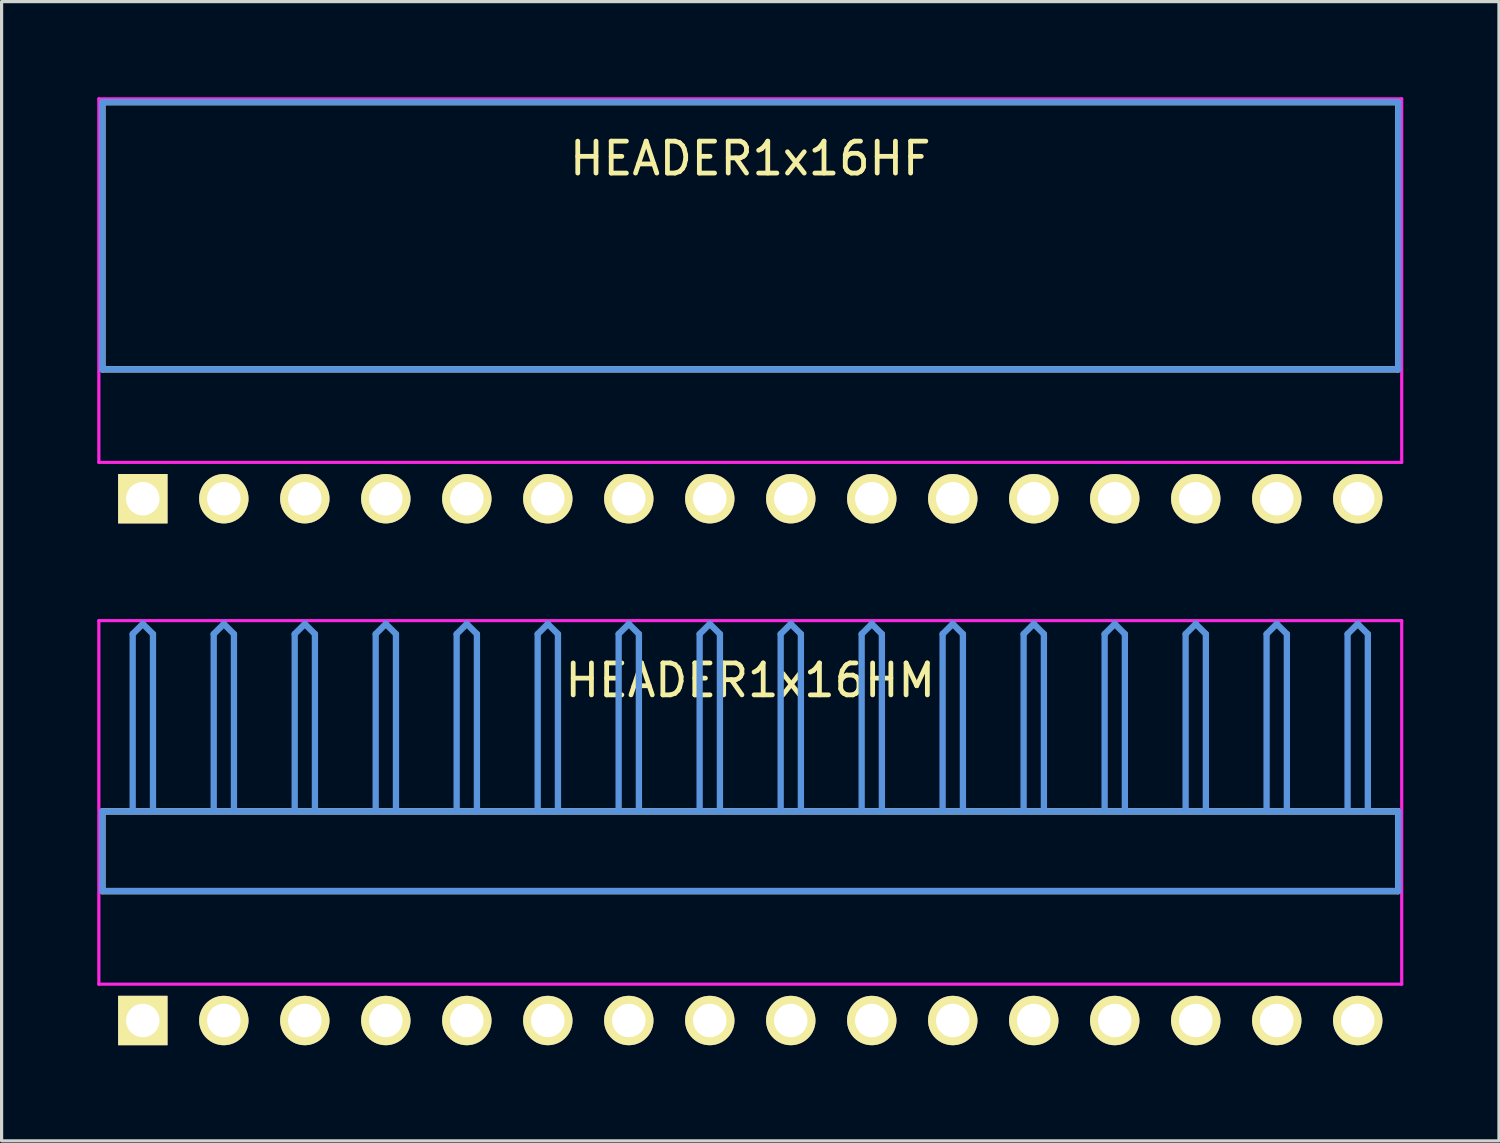
<source format=kicad_pcb>
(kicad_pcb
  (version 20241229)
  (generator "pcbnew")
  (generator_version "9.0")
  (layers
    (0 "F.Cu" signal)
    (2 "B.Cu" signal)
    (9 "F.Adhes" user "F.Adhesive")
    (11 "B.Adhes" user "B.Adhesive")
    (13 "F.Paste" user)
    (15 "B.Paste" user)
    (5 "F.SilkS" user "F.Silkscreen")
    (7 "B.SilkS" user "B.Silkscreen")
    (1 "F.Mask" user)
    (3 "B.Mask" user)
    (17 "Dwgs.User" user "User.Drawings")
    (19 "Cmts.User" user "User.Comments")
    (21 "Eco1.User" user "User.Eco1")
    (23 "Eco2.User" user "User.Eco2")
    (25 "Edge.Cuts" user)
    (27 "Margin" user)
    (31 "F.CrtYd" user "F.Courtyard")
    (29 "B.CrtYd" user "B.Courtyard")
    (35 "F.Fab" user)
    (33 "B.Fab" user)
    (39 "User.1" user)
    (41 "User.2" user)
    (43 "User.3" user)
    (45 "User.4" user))
  (footprint "HEADER1x16HM"
    (layer "F.Cu")
    (at 1.429 28.954)
    (property "Reference" "HEADER1x16HM" (at 19.05 -10.668 0) (layer "F.SilkS") (effects (font (size 1.001 1.001) (thickness 0.15))))
    (attr through_hole)
    (fp_line (start -1.27 -6.558) (end -1.27 -4.059) (stroke (width 0.198) (type solid)) (layer "F.SilkS"))
    (fp_line (start -1.27 -4.059) (end 39.37 -4.059) (stroke (width 0.198) (type solid)) (layer "F.SilkS"))
    (fp_line (start 39.37 -6.558) (end -1.27 -6.558) (stroke (width 0.198) (type solid)) (layer "F.SilkS"))
    (fp_line (start 39.37 -4.059) (end 39.37 -6.558) (stroke (width 0.198) (type solid)) (layer "F.SilkS"))
    (fp_line (start -1.27 -6.558) (end -1.27 -4.059) (stroke (width 0.198) (type solid)) (layer "Cmts.User"))
    (fp_line (start -1.27 -4.059) (end 39.37 -4.059) (stroke (width 0.198) (type solid)) (layer "Cmts.User"))
    (fp_line (start -0.318 -12.121) (end 0 -12.438) (stroke (width 0.198) (type solid)) (layer "Cmts.User"))
    (fp_line (start -0.318 -6.599) (end -0.318 -12.121) (stroke (width 0.198) (type solid)) (layer "Cmts.User"))
    (fp_line (start 0.318 -12.121) (end 0 -12.438) (stroke (width 0.198) (type solid)) (layer "Cmts.User"))
    (fp_line (start 0.318 -6.599) (end 0.318 -12.121) (stroke (width 0.198) (type solid)) (layer "Cmts.User"))
    (fp_line (start 2.223 -12.121) (end 2.54 -12.438) (stroke (width 0.198) (type solid)) (layer "Cmts.User"))
    (fp_line (start 2.223 -6.599) (end 2.223 -12.121) (stroke (width 0.198) (type solid)) (layer "Cmts.User"))
    (fp_line (start 2.857 -12.121) (end 2.54 -12.438) (stroke (width 0.198) (type solid)) (layer "Cmts.User"))
    (fp_line (start 2.857 -6.599) (end 2.857 -12.121) (stroke (width 0.198) (type solid)) (layer "Cmts.User"))
    (fp_line (start 4.763 -12.121) (end 5.08 -12.438) (stroke (width 0.198) (type solid)) (layer "Cmts.User"))
    (fp_line (start 4.763 -6.599) (end 4.763 -12.121) (stroke (width 0.198) (type solid)) (layer "Cmts.User"))
    (fp_line (start 5.397 -12.121) (end 5.08 -12.438) (stroke (width 0.198) (type solid)) (layer "Cmts.User"))
    (fp_line (start 5.397 -6.599) (end 5.397 -12.121) (stroke (width 0.198) (type solid)) (layer "Cmts.User"))
    (fp_line (start 7.303 -12.121) (end 7.62 -12.438) (stroke (width 0.198) (type solid)) (layer "Cmts.User"))
    (fp_line (start 7.303 -6.599) (end 7.303 -12.121) (stroke (width 0.198) (type solid)) (layer "Cmts.User"))
    (fp_line (start 7.938 -12.121) (end 7.62 -12.438) (stroke (width 0.198) (type solid)) (layer "Cmts.User"))
    (fp_line (start 7.938 -6.599) (end 7.938 -12.121) (stroke (width 0.198) (type solid)) (layer "Cmts.User"))
    (fp_line (start 9.842 -12.121) (end 10.16 -12.438) (stroke (width 0.198) (type solid)) (layer "Cmts.User"))
    (fp_line (start 9.842 -6.599) (end 9.842 -12.121) (stroke (width 0.198) (type solid)) (layer "Cmts.User"))
    (fp_line (start 10.477 -12.121) (end 10.16 -12.438) (stroke (width 0.198) (type solid)) (layer "Cmts.User"))
    (fp_line (start 10.477 -6.599) (end 10.477 -12.121) (stroke (width 0.198) (type solid)) (layer "Cmts.User"))
    (fp_line (start 12.383 -12.121) (end 12.7 -12.438) (stroke (width 0.198) (type solid)) (layer "Cmts.User"))
    (fp_line (start 12.383 -6.599) (end 12.383 -12.121) (stroke (width 0.198) (type solid)) (layer "Cmts.User"))
    (fp_line (start 13.018 -12.121) (end 12.7 -12.438) (stroke (width 0.198) (type solid)) (layer "Cmts.User"))
    (fp_line (start 13.018 -6.599) (end 13.018 -12.121) (stroke (width 0.198) (type solid)) (layer "Cmts.User"))
    (fp_line (start 14.922 -12.121) (end 15.24 -12.438) (stroke (width 0.198) (type solid)) (layer "Cmts.User"))
    (fp_line (start 14.922 -6.599) (end 14.922 -12.121) (stroke (width 0.198) (type solid)) (layer "Cmts.User"))
    (fp_line (start 15.557 -12.121) (end 15.24 -12.438) (stroke (width 0.198) (type solid)) (layer "Cmts.User"))
    (fp_line (start 15.557 -6.599) (end 15.557 -12.121) (stroke (width 0.198) (type solid)) (layer "Cmts.User"))
    (fp_line (start 17.462 -12.121) (end 17.78 -12.438) (stroke (width 0.198) (type solid)) (layer "Cmts.User"))
    (fp_line (start 17.462 -6.599) (end 17.462 -12.121) (stroke (width 0.198) (type solid)) (layer "Cmts.User"))
    (fp_line (start 18.098 -12.121) (end 17.78 -12.438) (stroke (width 0.198) (type solid)) (layer "Cmts.User"))
    (fp_line (start 18.098 -6.599) (end 18.098 -12.121) (stroke (width 0.198) (type solid)) (layer "Cmts.User"))
    (fp_line (start 20.003 -12.121) (end 20.32 -12.438) (stroke (width 0.198) (type solid)) (layer "Cmts.User"))
    (fp_line (start 20.003 -6.599) (end 20.003 -12.121) (stroke (width 0.198) (type solid)) (layer "Cmts.User"))
    (fp_line (start 20.637 -12.121) (end 20.32 -12.438) (stroke (width 0.198) (type solid)) (layer "Cmts.User"))
    (fp_line (start 20.637 -6.599) (end 20.637 -12.121) (stroke (width 0.198) (type solid)) (layer "Cmts.User"))
    (fp_line (start 22.543 -12.121) (end 22.86 -12.438) (stroke (width 0.198) (type solid)) (layer "Cmts.User"))
    (fp_line (start 22.543 -6.599) (end 22.543 -12.121) (stroke (width 0.198) (type solid)) (layer "Cmts.User"))
    (fp_line (start 23.177 -12.121) (end 22.86 -12.438) (stroke (width 0.198) (type solid)) (layer "Cmts.User"))
    (fp_line (start 23.177 -6.599) (end 23.177 -12.121) (stroke (width 0.198) (type solid)) (layer "Cmts.User"))
    (fp_line (start 25.082 -12.121) (end 25.4 -12.438) (stroke (width 0.198) (type solid)) (layer "Cmts.User"))
    (fp_line (start 25.082 -6.599) (end 25.082 -12.121) (stroke (width 0.198) (type solid)) (layer "Cmts.User"))
    (fp_line (start 25.718 -12.121) (end 25.4 -12.438) (stroke (width 0.198) (type solid)) (layer "Cmts.User"))
    (fp_line (start 25.718 -6.599) (end 25.718 -12.121) (stroke (width 0.198) (type solid)) (layer "Cmts.User"))
    (fp_line (start 27.622 -12.121) (end 27.94 -12.438) (stroke (width 0.198) (type solid)) (layer "Cmts.User"))
    (fp_line (start 27.622 -6.599) (end 27.622 -12.121) (stroke (width 0.198) (type solid)) (layer "Cmts.User"))
    (fp_line (start 28.258 -12.121) (end 27.94 -12.438) (stroke (width 0.198) (type solid)) (layer "Cmts.User"))
    (fp_line (start 28.258 -6.599) (end 28.258 -12.121) (stroke (width 0.198) (type solid)) (layer "Cmts.User"))
    (fp_line (start 30.163 -12.121) (end 30.48 -12.438) (stroke (width 0.198) (type solid)) (layer "Cmts.User"))
    (fp_line (start 30.163 -6.599) (end 30.163 -12.121) (stroke (width 0.198) (type solid)) (layer "Cmts.User"))
    (fp_line (start 30.797 -12.121) (end 30.48 -12.438) (stroke (width 0.198) (type solid)) (layer "Cmts.User"))
    (fp_line (start 30.797 -6.599) (end 30.797 -12.121) (stroke (width 0.198) (type solid)) (layer "Cmts.User"))
    (fp_line (start 32.703 -12.121) (end 33.02 -12.438) (stroke (width 0.198) (type solid)) (layer "Cmts.User"))
    (fp_line (start 32.703 -6.599) (end 32.703 -12.121) (stroke (width 0.198) (type solid)) (layer "Cmts.User"))
    (fp_line (start 33.337 -12.121) (end 33.02 -12.438) (stroke (width 0.198) (type solid)) (layer "Cmts.User"))
    (fp_line (start 33.337 -6.599) (end 33.337 -12.121) (stroke (width 0.198) (type solid)) (layer "Cmts.User"))
    (fp_line (start 35.242 -12.121) (end 35.56 -12.438) (stroke (width 0.198) (type solid)) (layer "Cmts.User"))
    (fp_line (start 35.242 -6.599) (end 35.242 -12.121) (stroke (width 0.198) (type solid)) (layer "Cmts.User"))
    (fp_line (start 35.877 -12.121) (end 35.56 -12.438) (stroke (width 0.198) (type solid)) (layer "Cmts.User"))
    (fp_line (start 35.877 -6.599) (end 35.877 -12.121) (stroke (width 0.198) (type solid)) (layer "Cmts.User"))
    (fp_line (start 37.782 -12.121) (end 38.1 -12.438) (stroke (width 0.198) (type solid)) (layer "Cmts.User"))
    (fp_line (start 37.782 -6.599) (end 37.782 -12.121) (stroke (width 0.198) (type solid)) (layer "Cmts.User"))
    (fp_line (start 38.417 -12.121) (end 38.1 -12.438) (stroke (width 0.198) (type solid)) (layer "Cmts.User"))
    (fp_line (start 38.417 -6.599) (end 38.417 -12.121) (stroke (width 0.198) (type solid)) (layer "Cmts.User"))
    (fp_line (start 39.37 -6.558) (end -1.27 -6.558) (stroke (width 0.198) (type solid)) (layer "Cmts.User"))
    (fp_line (start 39.37 -4.059) (end 39.37 -6.558) (stroke (width 0.198) (type solid)) (layer "Cmts.User"))
    (fp_line (start -1.379 -12.54) (end 39.479 -12.54) (stroke (width 0.099) (type solid)) (layer "F.CrtYd"))
    (fp_line (start -1.379 -1.14) (end -1.379 -12.54) (stroke (width 0.099) (type solid)) (layer "F.CrtYd"))
    (fp_line (start 39.479 -12.54) (end 39.479 -1.14) (stroke (width 0.099) (type solid)) (layer "F.CrtYd"))
    (fp_line (start 39.479 -1.14) (end -1.379 -1.14) (stroke (width 0.099) (type solid)) (layer "F.CrtYd"))
    (pad "1" thru_hole rect (at 0 0) (size 1.549 1.549) (drill 1.049) (layers "*.Cu" "*.Mask" "F.SilkS"))
    (pad "2" thru_hole circle (at 2.54 0) (size 1.549 1.549) (drill 1.049) (layers "*.Cu" "*.Mask" "F.SilkS"))
    (pad "3" thru_hole circle (at 5.08 0) (size 1.549 1.549) (drill 1.049) (layers "*.Cu" "*.Mask" "F.SilkS"))
    (pad "4" thru_hole circle (at 7.62 0) (size 1.549 1.549) (drill 1.049) (layers "*.Cu" "*.Mask" "F.SilkS"))
    (pad "5" thru_hole circle (at 10.16 0) (size 1.549 1.549) (drill 1.049) (layers "*.Cu" "*.Mask" "F.SilkS"))
    (pad "6" thru_hole circle (at 12.7 0) (size 1.549 1.549) (drill 1.049) (layers "*.Cu" "*.Mask" "F.SilkS"))
    (pad "7" thru_hole circle (at 15.24 0) (size 1.549 1.549) (drill 1.049) (layers "*.Cu" "*.Mask" "F.SilkS"))
    (pad "8" thru_hole circle (at 17.78 0) (size 1.549 1.549) (drill 1.049) (layers "*.Cu" "*.Mask" "F.SilkS"))
    (pad "9" thru_hole circle (at 20.32 0) (size 1.549 1.549) (drill 1.049) (layers "*.Cu" "*.Mask" "F.SilkS"))
    (pad "10" thru_hole circle (at 22.86 0) (size 1.549 1.549) (drill 1.049) (layers "*.Cu" "*.Mask" "F.SilkS"))
    (pad "11" thru_hole circle (at 25.4 0) (size 1.549 1.549) (drill 1.049) (layers "*.Cu" "*.Mask" "F.SilkS"))
    (pad "12" thru_hole circle (at 27.94 0) (size 1.549 1.549) (drill 1.049) (layers "*.Cu" "*.Mask" "F.SilkS"))
    (pad "13" thru_hole circle (at 30.48 0) (size 1.549 1.549) (drill 1.049) (layers "*.Cu" "*.Mask" "F.SilkS"))
    (pad "14" thru_hole circle (at 33.02 0) (size 1.549 1.549) (drill 1.049) (layers "*.Cu" "*.Mask" "F.SilkS"))
    (pad "15" thru_hole circle (at 35.56 0) (size 1.549 1.549) (drill 1.049) (layers "*.Cu" "*.Mask" "F.SilkS"))
    (pad "16" thru_hole circle (at 38.1 0) (size 1.549 1.549) (drill 1.049) (layers "*.Cu" "*.Mask" "F.SilkS")))
  (footprint "HEADER1x16HF"
    (layer "F.Cu")
    (at 1.429 12.59)
    (property "Reference" "HEADER1x16HF" (at 19.05 -10.668 0) (layer "F.SilkS") (effects (font (size 1.001 1.001) (thickness 0.15))))
    (attr through_hole)
    (fp_line (start -1.27 -12.438) (end -1.27 -4.059) (stroke (width 0.198) (type solid)) (layer "F.SilkS"))
    (fp_line (start -1.27 -4.059) (end 39.37 -4.059) (stroke (width 0.198) (type solid)) (layer "F.SilkS"))
    (fp_line (start 39.37 -12.438) (end -1.27 -12.438) (stroke (width 0.198) (type solid)) (layer "F.SilkS"))
    (fp_line (start 39.37 -4.059) (end 39.37 -12.438) (stroke (width 0.198) (type solid)) (layer "F.SilkS"))
    (fp_line (start -1.27 -12.438) (end -1.27 -4.059) (stroke (width 0.198) (type solid)) (layer "Cmts.User"))
    (fp_line (start -1.27 -4.059) (end 39.37 -4.059) (stroke (width 0.198) (type solid)) (layer "Cmts.User"))
    (fp_line (start 39.37 -12.438) (end -1.27 -12.438) (stroke (width 0.198) (type solid)) (layer "Cmts.User"))
    (fp_line (start 39.37 -4.059) (end 39.37 -12.438) (stroke (width 0.198) (type solid)) (layer "Cmts.User"))
    (fp_line (start -1.379 -12.54) (end 39.479 -12.54) (stroke (width 0.099) (type solid)) (layer "F.CrtYd"))
    (fp_line (start -1.379 -1.14) (end -1.379 -12.54) (stroke (width 0.099) (type solid)) (layer "F.CrtYd"))
    (fp_line (start 39.479 -12.54) (end 39.479 -1.14) (stroke (width 0.099) (type solid)) (layer "F.CrtYd"))
    (fp_line (start 39.479 -1.14) (end -1.379 -1.14) (stroke (width 0.099) (type solid)) (layer "F.CrtYd"))
    (pad "1" thru_hole rect (at 0 0) (size 1.549 1.549) (drill 1.049) (layers "*.Cu" "*.Mask" "F.SilkS"))
    (pad "2" thru_hole circle (at 2.54 0) (size 1.549 1.549) (drill 1.049) (layers "*.Cu" "*.Mask" "F.SilkS"))
    (pad "3" thru_hole circle (at 5.08 0) (size 1.549 1.549) (drill 1.049) (layers "*.Cu" "*.Mask" "F.SilkS"))
    (pad "4" thru_hole circle (at 7.62 0) (size 1.549 1.549) (drill 1.049) (layers "*.Cu" "*.Mask" "F.SilkS"))
    (pad "5" thru_hole circle (at 10.16 0) (size 1.549 1.549) (drill 1.049) (layers "*.Cu" "*.Mask" "F.SilkS"))
    (pad "6" thru_hole circle (at 12.7 0) (size 1.549 1.549) (drill 1.049) (layers "*.Cu" "*.Mask" "F.SilkS"))
    (pad "7" thru_hole circle (at 15.24 0) (size 1.549 1.549) (drill 1.049) (layers "*.Cu" "*.Mask" "F.SilkS"))
    (pad "8" thru_hole circle (at 17.78 0) (size 1.549 1.549) (drill 1.049) (layers "*.Cu" "*.Mask" "F.SilkS"))
    (pad "9" thru_hole circle (at 20.32 0) (size 1.549 1.549) (drill 1.049) (layers "*.Cu" "*.Mask" "F.SilkS"))
    (pad "10" thru_hole circle (at 22.86 0) (size 1.549 1.549) (drill 1.049) (layers "*.Cu" "*.Mask" "F.SilkS"))
    (pad "11" thru_hole circle (at 25.4 0) (size 1.549 1.549) (drill 1.049) (layers "*.Cu" "*.Mask" "F.SilkS"))
    (pad "12" thru_hole circle (at 27.94 0) (size 1.549 1.549) (drill 1.049) (layers "*.Cu" "*.Mask" "F.SilkS"))
    (pad "13" thru_hole circle (at 30.48 0) (size 1.549 1.549) (drill 1.049) (layers "*.Cu" "*.Mask" "F.SilkS"))
    (pad "14" thru_hole circle (at 33.02 0) (size 1.549 1.549) (drill 1.049) (layers "*.Cu" "*.Mask" "F.SilkS"))
    (pad "15" thru_hole circle (at 35.56 0) (size 1.549 1.549) (drill 1.049) (layers "*.Cu" "*.Mask" "F.SilkS"))
    (pad "16" thru_hole circle (at 38.1 0) (size 1.549 1.549) (drill 1.049) (layers "*.Cu" "*.Mask" "F.SilkS")))
  (gr_rect
    (start -3 -3)
    (end 43.958 32.728)
    (stroke (width 0.1) (type default))
    (fill no)
    (layer "Edge.Cuts")))
</source>
